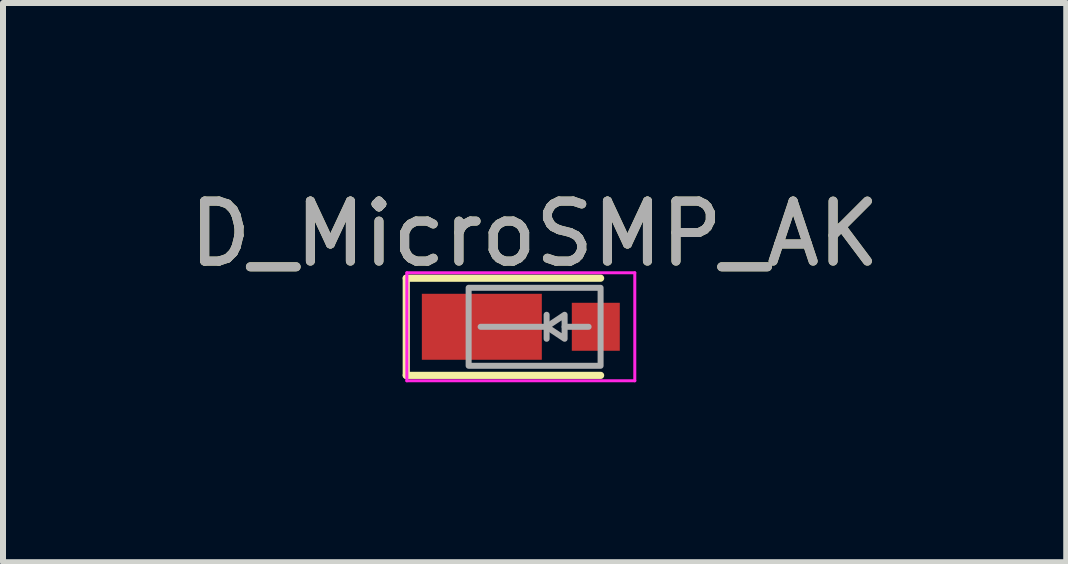
<source format=kicad_pcb>
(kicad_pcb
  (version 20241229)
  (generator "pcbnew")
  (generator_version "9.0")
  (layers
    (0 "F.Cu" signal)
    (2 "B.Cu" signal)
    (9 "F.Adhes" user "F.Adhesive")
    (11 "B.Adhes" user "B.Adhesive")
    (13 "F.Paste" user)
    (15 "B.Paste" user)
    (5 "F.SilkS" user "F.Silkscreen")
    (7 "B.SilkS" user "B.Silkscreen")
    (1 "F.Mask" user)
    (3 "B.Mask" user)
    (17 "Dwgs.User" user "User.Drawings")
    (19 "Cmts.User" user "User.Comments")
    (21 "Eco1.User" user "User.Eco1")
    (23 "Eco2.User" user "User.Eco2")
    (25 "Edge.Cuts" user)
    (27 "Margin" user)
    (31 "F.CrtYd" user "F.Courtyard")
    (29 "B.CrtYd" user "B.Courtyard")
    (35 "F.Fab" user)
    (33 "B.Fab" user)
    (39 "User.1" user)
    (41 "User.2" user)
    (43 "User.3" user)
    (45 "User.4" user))
  (footprint "D_MicroSMP_AK"
    (layer "F.Cu")
    (at 5.863 2.398)
    (property "Reference" "D_MicroSMP_AK" (at 0 -1.55 0) (unlocked yes) (layer "F.SilkS") (effects (font (size 1 1) (thickness 0.15))))
    (attr smd)
    (fp_line (start -2.14 -0.81) (end -2.14 0.81) (stroke (width 0.12) (type solid)) (layer "F.SilkS"))
    (fp_line (start -2.14 -0.81) (end 1.1 -0.81) (stroke (width 0.12) (type solid)) (layer "F.SilkS"))
    (fp_line (start -2.14 0.81) (end 1.1 0.81) (stroke (width 0.12) (type solid)) (layer "F.SilkS"))
    (fp_line (start -2.13 -0.9) (end -2.13 0.9) (stroke (width 0.05) (type solid)) (layer "F.CrtYd"))
    (fp_line (start -2.13 -0.9) (end 1.67 -0.9) (stroke (width 0.05) (type solid)) (layer "F.CrtYd"))
    (fp_line (start -2.13 0.9) (end 1.67 0.9) (stroke (width 0.05) (type solid)) (layer "F.CrtYd"))
    (fp_line (start 1.67 -0.9) (end 1.67 0.9) (stroke (width 0.05) (type solid)) (layer "F.CrtYd"))
    (fp_line (start 0.2 -0.2) (end 0.2 0.2) (stroke (width 0.1) (type solid)) (layer "F.Fab"))
    (fp_line (start 0.2 0) (end -0.9 0) (stroke (width 0.1) (type solid)) (layer "F.Fab"))
    (fp_line (start 0.9 0) (end 0.5 0) (stroke (width 0.1) (type solid)) (layer "F.Fab"))
    (fp_rect (start -1.1 -0.65) (end 1.1 0.65) (stroke (width 0.1) (type solid)) (fill no) (layer "F.Fab"))
    (fp_poly (pts (xy 0.5 0.2) (xy 0.2 0) (xy 0.5 -0.2)) (stroke (width 0.1) (type solid)) (fill no) (layer "F.Fab"))
    (fp_text user "${REFERENCE}" (at 0 -1.55 0) (unlocked yes) (layer "F.Fab") (effects (font (size 1 1) (thickness 0.15))))
    (pad "1" smd rect (at -0.88 0) (size 2 1.1) (layers "F.Cu" "F.Mask" "F.Paste"))
    (pad "2" smd rect (at 1.02 0) (size 0.8 0.8) (layers "F.Cu" "F.Mask" "F.Paste")))
  (gr_rect
    (start -3 -3)
    (end 14.726 6.323)
    (stroke (width 0.1) (type default))
    (fill no)
    (layer "Edge.Cuts")))
</source>
